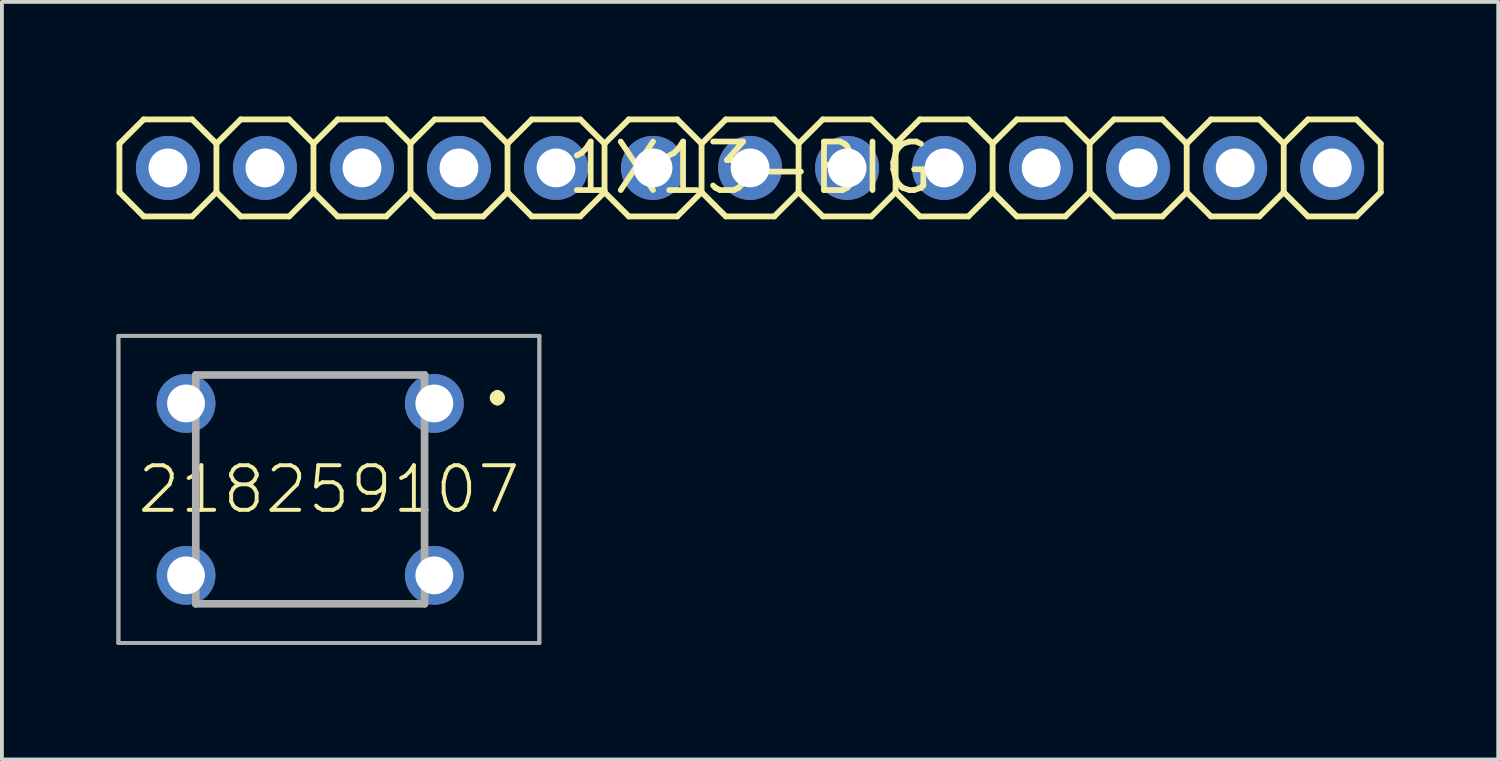
<source format=kicad_pcb>
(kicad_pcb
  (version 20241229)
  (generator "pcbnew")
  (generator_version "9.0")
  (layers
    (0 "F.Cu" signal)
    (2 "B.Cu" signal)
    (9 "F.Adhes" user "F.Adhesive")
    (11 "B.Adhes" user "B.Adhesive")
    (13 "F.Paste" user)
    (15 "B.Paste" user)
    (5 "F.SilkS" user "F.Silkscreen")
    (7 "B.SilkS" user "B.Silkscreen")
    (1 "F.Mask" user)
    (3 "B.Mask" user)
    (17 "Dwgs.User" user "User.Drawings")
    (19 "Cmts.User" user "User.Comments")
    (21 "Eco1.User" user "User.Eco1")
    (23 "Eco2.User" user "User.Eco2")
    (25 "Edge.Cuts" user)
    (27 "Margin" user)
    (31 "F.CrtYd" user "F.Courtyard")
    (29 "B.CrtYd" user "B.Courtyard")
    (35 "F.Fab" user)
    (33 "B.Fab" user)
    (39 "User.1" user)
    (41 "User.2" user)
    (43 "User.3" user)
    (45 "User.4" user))
  (footprint "1X13-BIG"
    (layer "F.Cu")
    (at 16.586 1.346)
    (property "Reference" "1X13-BIG" (at 0 0 0) (layer "F.SilkS") (effects (font (size 1.27 1.27) (thickness 0.15))))
    (fp_line (start -16.51 -0.635) (end -16.51 0.635) (stroke (width 0.152) (type solid)) (layer "F.SilkS"))
    (fp_line (start -16.51 0.635) (end -15.875 1.27) (stroke (width 0.152) (type solid)) (layer "F.SilkS"))
    (fp_line (start -15.875 -1.27) (end -16.51 -0.635) (stroke (width 0.152) (type solid)) (layer "F.SilkS"))
    (fp_line (start -15.875 -1.27) (end -14.605 -1.27) (stroke (width 0.152) (type solid)) (layer "F.SilkS"))
    (fp_line (start -14.605 -1.27) (end -13.97 -0.635) (stroke (width 0.152) (type solid)) (layer "F.SilkS"))
    (fp_line (start -14.605 1.27) (end -15.875 1.27) (stroke (width 0.152) (type solid)) (layer "F.SilkS"))
    (fp_line (start -13.97 -0.635) (end -13.97 0.635) (stroke (width 0.152) (type solid)) (layer "F.SilkS"))
    (fp_line (start -13.97 -0.635) (end -13.335 -1.27) (stroke (width 0.152) (type solid)) (layer "F.SilkS"))
    (fp_line (start -13.97 0.635) (end -14.605 1.27) (stroke (width 0.152) (type solid)) (layer "F.SilkS"))
    (fp_line (start -13.335 -1.27) (end -12.065 -1.27) (stroke (width 0.152) (type solid)) (layer "F.SilkS"))
    (fp_line (start -13.335 1.27) (end -13.97 0.635) (stroke (width 0.152) (type solid)) (layer "F.SilkS"))
    (fp_line (start -12.065 -1.27) (end -11.43 -0.635) (stroke (width 0.152) (type solid)) (layer "F.SilkS"))
    (fp_line (start -12.065 1.27) (end -13.335 1.27) (stroke (width 0.152) (type solid)) (layer "F.SilkS"))
    (fp_line (start -11.43 -0.635) (end -11.43 0.635) (stroke (width 0.152) (type solid)) (layer "F.SilkS"))
    (fp_line (start -11.43 -0.635) (end -10.795 -1.27) (stroke (width 0.152) (type solid)) (layer "F.SilkS"))
    (fp_line (start -11.43 0.635) (end -12.065 1.27) (stroke (width 0.152) (type solid)) (layer "F.SilkS"))
    (fp_line (start -10.795 -1.27) (end -9.525 -1.27) (stroke (width 0.152) (type solid)) (layer "F.SilkS"))
    (fp_line (start -10.795 1.27) (end -11.43 0.635) (stroke (width 0.152) (type solid)) (layer "F.SilkS"))
    (fp_line (start -9.525 -1.27) (end -8.89 -0.635) (stroke (width 0.152) (type solid)) (layer "F.SilkS"))
    (fp_line (start -9.525 1.27) (end -10.795 1.27) (stroke (width 0.152) (type solid)) (layer "F.SilkS"))
    (fp_line (start -8.89 -0.635) (end -8.89 0.635) (stroke (width 0.152) (type solid)) (layer "F.SilkS"))
    (fp_line (start -8.89 0.635) (end -9.525 1.27) (stroke (width 0.152) (type solid)) (layer "F.SilkS"))
    (fp_line (start -8.89 0.635) (end -8.255 1.27) (stroke (width 0.152) (type solid)) (layer "F.SilkS"))
    (fp_line (start -8.255 -1.27) (end -8.89 -0.635) (stroke (width 0.152) (type solid)) (layer "F.SilkS"))
    (fp_line (start -8.255 -1.27) (end -6.985 -1.27) (stroke (width 0.152) (type solid)) (layer "F.SilkS"))
    (fp_line (start -6.985 -1.27) (end -6.35 -0.635) (stroke (width 0.152) (type solid)) (layer "F.SilkS"))
    (fp_line (start -6.985 1.27) (end -8.255 1.27) (stroke (width 0.152) (type solid)) (layer "F.SilkS"))
    (fp_line (start -6.35 -0.635) (end -6.35 0.635) (stroke (width 0.152) (type solid)) (layer "F.SilkS"))
    (fp_line (start -6.35 -0.635) (end -5.715 -1.27) (stroke (width 0.152) (type solid)) (layer "F.SilkS"))
    (fp_line (start -6.35 0.635) (end -6.985 1.27) (stroke (width 0.152) (type solid)) (layer "F.SilkS"))
    (fp_line (start -5.715 -1.27) (end -4.445 -1.27) (stroke (width 0.152) (type solid)) (layer "F.SilkS"))
    (fp_line (start -5.715 1.27) (end -6.35 0.635) (stroke (width 0.152) (type solid)) (layer "F.SilkS"))
    (fp_line (start -4.445 -1.27) (end -3.81 -0.635) (stroke (width 0.152) (type solid)) (layer "F.SilkS"))
    (fp_line (start -4.445 1.27) (end -5.715 1.27) (stroke (width 0.152) (type solid)) (layer "F.SilkS"))
    (fp_line (start -3.81 -0.635) (end -3.81 0.635) (stroke (width 0.152) (type solid)) (layer "F.SilkS"))
    (fp_line (start -3.81 -0.635) (end -3.175 -1.27) (stroke (width 0.152) (type solid)) (layer "F.SilkS"))
    (fp_line (start -3.81 0.635) (end -4.445 1.27) (stroke (width 0.152) (type solid)) (layer "F.SilkS"))
    (fp_line (start -3.175 -1.27) (end -1.905 -1.27) (stroke (width 0.152) (type solid)) (layer "F.SilkS"))
    (fp_line (start -3.175 1.27) (end -3.81 0.635) (stroke (width 0.152) (type solid)) (layer "F.SilkS"))
    (fp_line (start -1.905 -1.27) (end -1.27 -0.635) (stroke (width 0.152) (type solid)) (layer "F.SilkS"))
    (fp_line (start -1.905 1.27) (end -3.175 1.27) (stroke (width 0.152) (type solid)) (layer "F.SilkS"))
    (fp_line (start -1.27 -0.635) (end -1.27 0.635) (stroke (width 0.152) (type solid)) (layer "F.SilkS"))
    (fp_line (start -1.27 0.635) (end -1.905 1.27) (stroke (width 0.152) (type solid)) (layer "F.SilkS"))
    (fp_line (start -1.27 0.635) (end -0.635 1.27) (stroke (width 0.152) (type solid)) (layer "F.SilkS"))
    (fp_line (start -0.635 -1.27) (end -1.27 -0.635) (stroke (width 0.152) (type solid)) (layer "F.SilkS"))
    (fp_line (start -0.635 -1.27) (end 0.635 -1.27) (stroke (width 0.152) (type solid)) (layer "F.SilkS"))
    (fp_line (start 0.635 -1.27) (end 1.27 -0.635) (stroke (width 0.152) (type solid)) (layer "F.SilkS"))
    (fp_line (start 0.635 1.27) (end -0.635 1.27) (stroke (width 0.152) (type solid)) (layer "F.SilkS"))
    (fp_line (start 1.27 -0.635) (end 1.27 0.635) (stroke (width 0.152) (type solid)) (layer "F.SilkS"))
    (fp_line (start 1.27 -0.635) (end 1.905 -1.27) (stroke (width 0.152) (type solid)) (layer "F.SilkS"))
    (fp_line (start 1.27 0.635) (end 0.635 1.27) (stroke (width 0.152) (type solid)) (layer "F.SilkS"))
    (fp_line (start 1.905 -1.27) (end 3.175 -1.27) (stroke (width 0.152) (type solid)) (layer "F.SilkS"))
    (fp_line (start 1.905 1.27) (end 1.27 0.635) (stroke (width 0.152) (type solid)) (layer "F.SilkS"))
    (fp_line (start 3.175 -1.27) (end 3.81 -0.635) (stroke (width 0.152) (type solid)) (layer "F.SilkS"))
    (fp_line (start 3.175 1.27) (end 1.905 1.27) (stroke (width 0.152) (type solid)) (layer "F.SilkS"))
    (fp_line (start 3.81 -0.635) (end 3.81 0.635) (stroke (width 0.152) (type solid)) (layer "F.SilkS"))
    (fp_line (start 3.81 -0.635) (end 4.445 -1.27) (stroke (width 0.152) (type solid)) (layer "F.SilkS"))
    (fp_line (start 3.81 0.635) (end 3.175 1.27) (stroke (width 0.152) (type solid)) (layer "F.SilkS"))
    (fp_line (start 4.445 -1.27) (end 5.715 -1.27) (stroke (width 0.152) (type solid)) (layer "F.SilkS"))
    (fp_line (start 4.445 1.27) (end 3.81 0.635) (stroke (width 0.152) (type solid)) (layer "F.SilkS"))
    (fp_line (start 5.715 -1.27) (end 6.35 -0.635) (stroke (width 0.152) (type solid)) (layer "F.SilkS"))
    (fp_line (start 5.715 1.27) (end 4.445 1.27) (stroke (width 0.152) (type solid)) (layer "F.SilkS"))
    (fp_line (start 6.35 -0.635) (end 6.35 0.635) (stroke (width 0.152) (type solid)) (layer "F.SilkS"))
    (fp_line (start 6.35 0.635) (end 5.715 1.27) (stroke (width 0.152) (type solid)) (layer "F.SilkS"))
    (fp_line (start 6.35 0.635) (end 6.985 1.27) (stroke (width 0.152) (type solid)) (layer "F.SilkS"))
    (fp_line (start 6.985 -1.27) (end 6.35 -0.635) (stroke (width 0.152) (type solid)) (layer "F.SilkS"))
    (fp_line (start 6.985 -1.27) (end 8.255 -1.27) (stroke (width 0.152) (type solid)) (layer "F.SilkS"))
    (fp_line (start 8.255 -1.27) (end 8.89 -0.635) (stroke (width 0.152) (type solid)) (layer "F.SilkS"))
    (fp_line (start 8.255 1.27) (end 6.985 1.27) (stroke (width 0.152) (type solid)) (layer "F.SilkS"))
    (fp_line (start 8.89 -0.635) (end 8.89 0.635) (stroke (width 0.152) (type solid)) (layer "F.SilkS"))
    (fp_line (start 8.89 -0.635) (end 9.525 -1.27) (stroke (width 0.152) (type solid)) (layer "F.SilkS"))
    (fp_line (start 8.89 0.635) (end 8.255 1.27) (stroke (width 0.152) (type solid)) (layer "F.SilkS"))
    (fp_line (start 9.525 -1.27) (end 10.795 -1.27) (stroke (width 0.152) (type solid)) (layer "F.SilkS"))
    (fp_line (start 9.525 1.27) (end 8.89 0.635) (stroke (width 0.152) (type solid)) (layer "F.SilkS"))
    (fp_line (start 10.795 -1.27) (end 11.43 -0.635) (stroke (width 0.152) (type solid)) (layer "F.SilkS"))
    (fp_line (start 10.795 1.27) (end 9.525 1.27) (stroke (width 0.152) (type solid)) (layer "F.SilkS"))
    (fp_line (start 11.43 -0.635) (end 11.43 0.635) (stroke (width 0.152) (type solid)) (layer "F.SilkS"))
    (fp_line (start 11.43 -0.635) (end 12.065 -1.27) (stroke (width 0.152) (type solid)) (layer "F.SilkS"))
    (fp_line (start 11.43 0.635) (end 10.795 1.27) (stroke (width 0.152) (type solid)) (layer "F.SilkS"))
    (fp_line (start 12.065 -1.27) (end 13.335 -1.27) (stroke (width 0.152) (type solid)) (layer "F.SilkS"))
    (fp_line (start 12.065 1.27) (end 11.43 0.635) (stroke (width 0.152) (type solid)) (layer "F.SilkS"))
    (fp_line (start 13.335 -1.27) (end 13.97 -0.635) (stroke (width 0.152) (type solid)) (layer "F.SilkS"))
    (fp_line (start 13.335 1.27) (end 12.065 1.27) (stroke (width 0.152) (type solid)) (layer "F.SilkS"))
    (fp_line (start 13.97 -0.635) (end 13.97 0.635) (stroke (width 0.152) (type solid)) (layer "F.SilkS"))
    (fp_line (start 13.97 -0.635) (end 14.605 -1.27) (stroke (width 0.152) (type solid)) (layer "F.SilkS"))
    (fp_line (start 13.97 0.635) (end 13.335 1.27) (stroke (width 0.152) (type solid)) (layer "F.SilkS"))
    (fp_line (start 14.605 -1.27) (end 15.875 -1.27) (stroke (width 0.152) (type solid)) (layer "F.SilkS"))
    (fp_line (start 14.605 1.27) (end 13.97 0.635) (stroke (width 0.152) (type solid)) (layer "F.SilkS"))
    (fp_line (start 15.875 -1.27) (end 16.51 -0.635) (stroke (width 0.152) (type solid)) (layer "F.SilkS"))
    (fp_line (start 15.875 1.27) (end 14.605 1.27) (stroke (width 0.152) (type solid)) (layer "F.SilkS"))
    (fp_line (start 16.51 -0.635) (end 16.51 0.635) (stroke (width 0.152) (type solid)) (layer "F.SilkS"))
    (fp_line (start 16.51 0.635) (end 15.875 1.27) (stroke (width 0.152) (type solid)) (layer "F.SilkS"))
    (fp_poly (pts (xy -15.494 0.254) (xy -14.986 0.254) (xy -14.986 -0.254) (xy -15.494 -0.254)) (stroke (width 0.1) (type default)) (fill no) (layer "F.Fab"))
    (fp_poly (pts (xy -12.954 0.254) (xy -12.446 0.254) (xy -12.446 -0.254) (xy -12.954 -0.254)) (stroke (width 0.1) (type default)) (fill no) (layer "F.Fab"))
    (fp_poly (pts (xy -10.414 0.254) (xy -9.906 0.254) (xy -9.906 -0.254) (xy -10.414 -0.254)) (stroke (width 0.1) (type default)) (fill no) (layer "F.Fab"))
    (fp_poly (pts (xy -7.874 0.254) (xy -7.366 0.254) (xy -7.366 -0.254) (xy -7.874 -0.254)) (stroke (width 0.1) (type default)) (fill no) (layer "F.Fab"))
    (fp_poly (pts (xy -5.334 0.254) (xy -4.826 0.254) (xy -4.826 -0.254) (xy -5.334 -0.254)) (stroke (width 0.1) (type default)) (fill no) (layer "F.Fab"))
    (fp_poly (pts (xy -2.794 0.254) (xy -2.286 0.254) (xy -2.286 -0.254) (xy -2.794 -0.254)) (stroke (width 0.1) (type default)) (fill no) (layer "F.Fab"))
    (fp_poly (pts (xy -0.254 0.254) (xy 0.254 0.254) (xy 0.254 -0.254) (xy -0.254 -0.254)) (stroke (width 0.1) (type default)) (fill no) (layer "F.Fab"))
    (fp_poly (pts (xy 2.286 0.254) (xy 2.794 0.254) (xy 2.794 -0.254) (xy 2.286 -0.254)) (stroke (width 0.1) (type default)) (fill no) (layer "F.Fab"))
    (fp_poly (pts (xy 4.826 0.254) (xy 5.334 0.254) (xy 5.334 -0.254) (xy 4.826 -0.254)) (stroke (width 0.1) (type default)) (fill no) (layer "F.Fab"))
    (fp_poly (pts (xy 7.366 0.254) (xy 7.874 0.254) (xy 7.874 -0.254) (xy 7.366 -0.254)) (stroke (width 0.1) (type default)) (fill no) (layer "F.Fab"))
    (fp_poly (pts (xy 9.906 0.254) (xy 10.414 0.254) (xy 10.414 -0.254) (xy 9.906 -0.254)) (stroke (width 0.1) (type default)) (fill no) (layer "F.Fab"))
    (fp_poly (pts (xy 12.446 0.254) (xy 12.954 0.254) (xy 12.954 -0.254) (xy 12.446 -0.254)) (stroke (width 0.1) (type default)) (fill no) (layer "F.Fab"))
    (fp_poly (pts (xy 14.986 0.254) (xy 15.494 0.254) (xy 15.494 -0.254) (xy 14.986 -0.254)) (stroke (width 0.1) (type default)) (fill no) (layer "F.Fab"))
    (pad "1" thru_hole circle (at -15.24 0 90) (size 1.676 1.676) (drill 1.016) (layers "*.Cu" "*.Mask"))
    (pad "2" thru_hole circle (at -12.7 0 90) (size 1.676 1.676) (drill 1.016) (layers "*.Cu" "*.Mask"))
    (pad "3" thru_hole circle (at -10.16 0 90) (size 1.676 1.676) (drill 1.016) (layers "*.Cu" "*.Mask"))
    (pad "4" thru_hole circle (at -7.62 0 90) (size 1.676 1.676) (drill 1.016) (layers "*.Cu" "*.Mask"))
    (pad "5" thru_hole circle (at -5.08 0 90) (size 1.676 1.676) (drill 1.016) (layers "*.Cu" "*.Mask"))
    (pad "6" thru_hole circle (at -2.54 0 90) (size 1.676 1.676) (drill 1.016) (layers "*.Cu" "*.Mask"))
    (pad "7" thru_hole circle (at 0 0 90) (size 1.676 1.676) (drill 1.016) (layers "*.Cu" "*.Mask"))
    (pad "8" thru_hole circle (at 2.54 0 90) (size 1.676 1.676) (drill 1.016) (layers "*.Cu" "*.Mask"))
    (pad "9" thru_hole circle (at 5.08 0 90) (size 1.676 1.676) (drill 1.016) (layers "*.Cu" "*.Mask"))
    (pad "10" thru_hole circle (at 7.62 0 90) (size 1.676 1.676) (drill 1.016) (layers "*.Cu" "*.Mask"))
    (pad "11" thru_hole circle (at 10.16 0 90) (size 1.676 1.676) (drill 1.016) (layers "*.Cu" "*.Mask"))
    (pad "12" thru_hole circle (at 12.7 0 90) (size 1.676 1.676) (drill 1.016) (layers "*.Cu" "*.Mask"))
    (pad "13" thru_hole circle (at 15.24 0 90) (size 1.676 1.676) (drill 1.016) (layers "*.Cu" "*.Mask")))
  (footprint "218259107"
    (layer "F.Cu")
    (at 5.56 9.762)
    (property "Reference" "218259107" (at 0 0 0) (layer "F.SilkS") (effects (font (size 1.168 1.168) (thickness 0.102))))
    (fp_line (start -3.485 1) (end -3.485 -1) (stroke (width 0.1) (type solid)) (layer "F.SilkS"))
    (fp_line (start -2.99 -3) (end 1.51 -2.995) (stroke (width 0.1) (type solid)) (layer "F.SilkS"))
    (fp_line (start -2.99 2.995) (end 2.01 2.995) (stroke (width 0.1) (type solid)) (layer "F.SilkS"))
    (fp_line (start 1.51 -2.995) (end 2.01 -3) (stroke (width 0.1) (type solid)) (layer "F.SilkS"))
    (fp_line (start 2.51 1) (end 2.505 -1) (stroke (width 0.1) (type solid)) (layer "F.SilkS"))
    (fp_line (start 4.41 -2.5) (end 4.41 -2.5) (stroke (width 0.2) (type solid)) (layer "F.SilkS"))
    (fp_line (start 4.41 -2.3) (end 4.41 -2.3) (stroke (width 0.2) (type solid)) (layer "F.SilkS"))
    (fp_arc (start 4.41 -2.5) (mid 4.51 -2.4) (end 4.41 -2.3) (stroke (width 0.2) (type solid)) (layer "F.SilkS"))
    (fp_arc (start 4.41 -2.3) (mid 4.31 -2.4) (end 4.41 -2.5) (stroke (width 0.2) (type solid)) (layer "F.SilkS"))
    (fp_line (start -5.51 -4.02) (end 5.51 -4.02) (stroke (width 0.1) (type solid)) (layer "F.Fab"))
    (fp_line (start -5.51 -4.02) (end 5.51 -4.02) (stroke (width 0.1) (type solid)) (layer "F.Fab"))
    (fp_line (start -5.51 4.02) (end -5.51 -4.02) (stroke (width 0.1) (type solid)) (layer "F.Fab"))
    (fp_line (start -5.51 4.02) (end -5.51 -4.02) (stroke (width 0.1) (type solid)) (layer "F.Fab"))
    (fp_line (start -3.485 -2.995) (end 2.505 -2.995) (stroke (width 0.2) (type solid)) (layer "F.Fab"))
    (fp_line (start -3.485 2.995) (end -3.485 -2.995) (stroke (width 0.2) (type solid)) (layer "F.Fab"))
    (fp_line (start 2.505 -2.995) (end 2.505 2.995) (stroke (width 0.2) (type solid)) (layer "F.Fab"))
    (fp_line (start 2.505 2.995) (end -3.485 2.995) (stroke (width 0.2) (type solid)) (layer "F.Fab"))
    (fp_line (start 5.51 -4.02) (end 5.51 4.02) (stroke (width 0.1) (type solid)) (layer "F.Fab"))
    (fp_line (start 5.51 -4.02) (end 5.51 4.02) (stroke (width 0.1) (type solid)) (layer "F.Fab"))
    (fp_line (start 5.51 4.02) (end -5.51 4.02) (stroke (width 0.1) (type solid)) (layer "F.Fab"))
    (fp_line (start 5.51 4.02) (end -5.51 4.02) (stroke (width 0.1) (type solid)) (layer "F.Fab"))
    (pad "1" thru_hole circle (at 2.76 -2.25) (size 1.54 1.54) (drill 0.99) (layers "*.Cu" "*.Mask"))
    (pad "2" thru_hole circle (at 2.76 2.25) (size 1.54 1.54) (drill 0.99) (layers "*.Cu" "*.Mask"))
    (pad "3" thru_hole circle (at -3.74 -2.25) (size 1.54 1.54) (drill 0.99) (layers "*.Cu" "*.Mask"))
    (pad "4" thru_hole circle (at -3.74 2.25) (size 1.54 1.54) (drill 0.99) (layers "*.Cu" "*.Mask")))
  (gr_rect
    (start -3 -3)
    (end 36.172 16.832)
    (stroke (width 0.1) (type default))
    (fill no)
    (layer "Edge.Cuts")))
</source>
